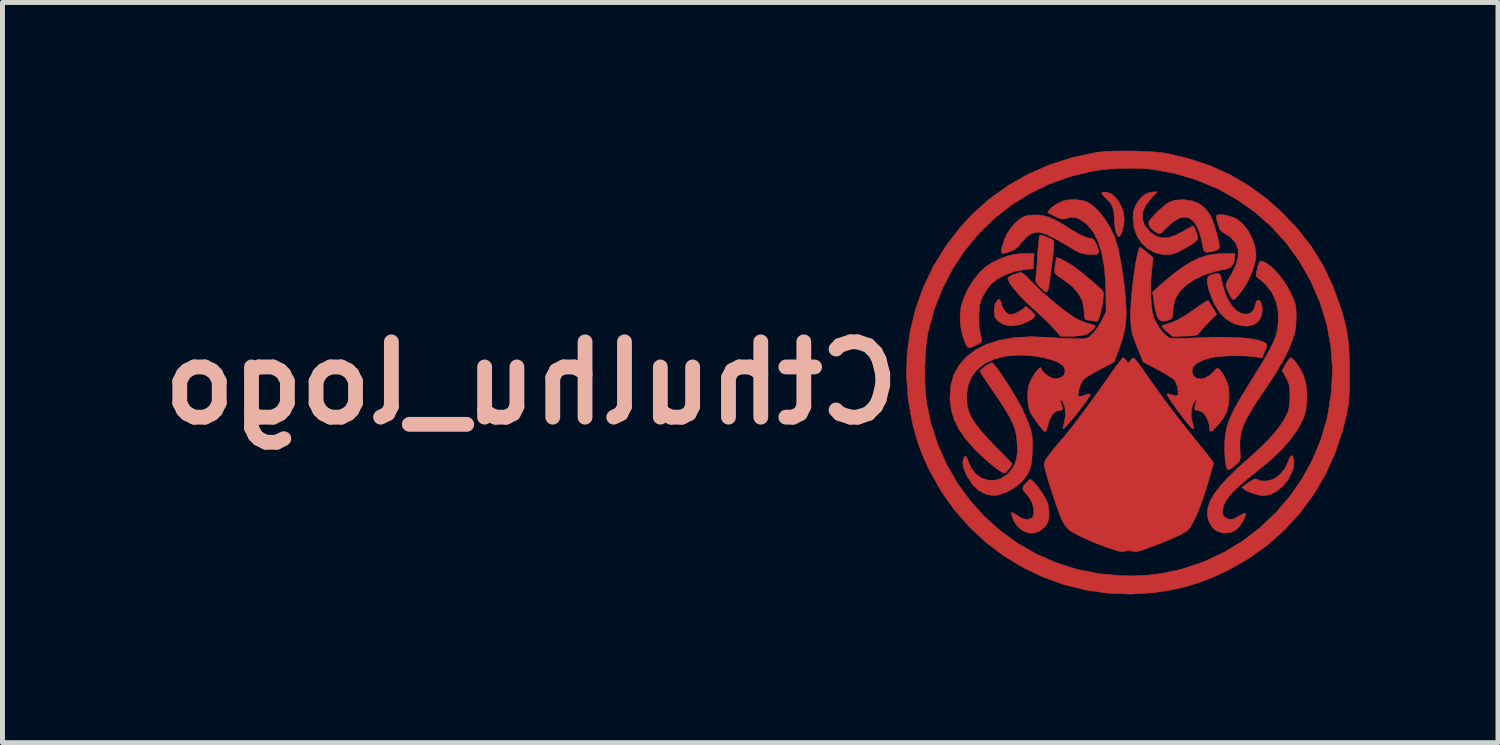
<source format=kicad_pcb>
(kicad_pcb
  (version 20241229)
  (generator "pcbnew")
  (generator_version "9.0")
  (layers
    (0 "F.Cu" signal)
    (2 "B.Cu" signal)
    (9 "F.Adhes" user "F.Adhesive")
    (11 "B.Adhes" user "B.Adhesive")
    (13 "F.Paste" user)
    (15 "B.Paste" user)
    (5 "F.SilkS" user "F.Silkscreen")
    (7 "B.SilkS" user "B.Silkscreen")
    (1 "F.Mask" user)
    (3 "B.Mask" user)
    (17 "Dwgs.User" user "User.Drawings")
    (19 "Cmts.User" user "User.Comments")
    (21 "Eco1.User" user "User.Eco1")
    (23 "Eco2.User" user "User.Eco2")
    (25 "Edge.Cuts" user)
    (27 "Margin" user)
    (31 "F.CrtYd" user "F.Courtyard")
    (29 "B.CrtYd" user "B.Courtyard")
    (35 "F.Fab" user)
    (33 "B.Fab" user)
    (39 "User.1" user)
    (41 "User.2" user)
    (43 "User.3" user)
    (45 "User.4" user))
  (footprint "Cthulhu_logo"
    (layer "F.Cu")
    (at 19.7 4.702)
    (property "Reference" "Cthulhu_logo" (at -12 0 0) (layer "B.SilkS") (effects (font (size 1.524 1.524) (thickness 0.3)) (justify mirror)))
    (attr exclude_from_pos_files exclude_from_bom)
    (fp_poly (pts (xy -0.085 -2.976) (xy -0.057 -3.029) (xy -0.032 -3.109) (xy -0.012 -3.202) (xy -0.002 -3.296) (xy -0.001 -3.327) (xy -0.023 -3.479) (xy -0.083 -3.626) (xy -0.173 -3.753) (xy -0.254 -3.825) (xy -0.313 -3.852) (xy -0.378 -3.866) (xy -0.432 -3.864) (xy -0.458 -3.846) (xy -0.458 -3.842) (xy -0.44 -3.811) (xy -0.396 -3.762) (xy -0.368 -3.736) (xy -0.287 -3.654) (xy -0.237 -3.568) (xy -0.21 -3.464) (xy -0.202 -3.329) (xy -0.195 -3.2) (xy -0.176 -3.089) (xy -0.149 -3.007) (xy -0.116 -2.963) (xy -0.11 -2.96) (xy -0.085 -2.976)) (stroke (width 0.01) (type solid)) (fill yes) (layer "F.Cu"))
    (fp_poly (pts (xy 2.958 2.254) (xy 3.087 2.187) (xy 3.206 2.086) (xy 3.309 1.959) (xy 3.387 1.815) (xy 3.425 1.698) (xy 3.435 1.609) (xy 3.428 1.532) (xy 3.406 1.48) (xy 3.38 1.466) (xy 3.359 1.488) (xy 3.332 1.544) (xy 3.315 1.59) (xy 3.247 1.732) (xy 3.15 1.851) (xy 3.035 1.935) (xy 2.982 1.958) (xy 2.868 1.982) (xy 2.762 1.978) (xy 2.68 1.947) (xy 2.673 1.943) (xy 2.637 1.94) (xy 2.573 1.972) (xy 2.511 2.014) (xy 2.38 2.11) (xy 2.437 2.156) (xy 2.507 2.197) (xy 2.608 2.235) (xy 2.717 2.264) (xy 2.814 2.278) (xy 2.829 2.278) (xy 2.958 2.254)) (stroke (width 0.01) (type solid)) (fill yes) (layer "F.Cu"))
    (fp_poly (pts (xy -2.151 -1.173) (xy -2.054 -1.202) (xy -1.959 -1.244) (xy -1.877 -1.289) (xy -1.822 -1.333) (xy -1.804 -1.365) (xy -1.823 -1.401) (xy -1.869 -1.452) (xy -1.897 -1.477) (xy -1.991 -1.554) (xy -2.062 -1.494) (xy -2.138 -1.444) (xy -2.222 -1.404) (xy -2.226 -1.403) (xy -2.293 -1.387) (xy -2.341 -1.395) (xy -2.385 -1.423) (xy -2.442 -1.49) (xy -2.478 -1.576) (xy -2.5 -1.656) (xy -2.521 -1.691) (xy -2.548 -1.687) (xy -2.581 -1.656) (xy -2.614 -1.599) (xy -2.628 -1.514) (xy -2.63 -1.463) (xy -2.626 -1.377) (xy -2.611 -1.322) (xy -2.575 -1.276) (xy -2.548 -1.251) (xy -2.435 -1.181) (xy -2.3 -1.156) (xy -2.151 -1.173)) (stroke (width 0.01) (type solid)) (fill yes) (layer "F.Cu"))
    (fp_poly (pts (xy 1.228 -0.951) (xy 1.343 -0.956) (xy 1.419 -0.962) (xy 1.467 -0.973) (xy 1.498 -0.992) (xy 1.523 -1.023) (xy 1.533 -1.036) (xy 1.577 -1.091) (xy 1.645 -1.166) (xy 1.721 -1.245) (xy 1.728 -1.252) (xy 1.871 -1.391) (xy 1.79 -1.525) (xy 1.745 -1.598) (xy 1.71 -1.651) (xy 1.696 -1.672) (xy 1.671 -1.663) (xy 1.615 -1.629) (xy 1.534 -1.575) (xy 1.437 -1.507) (xy 1.432 -1.503) (xy 1.236 -1.371) (xy 1.069 -1.275) (xy 0.925 -1.212) (xy 0.844 -1.189) (xy 0.788 -1.172) (xy 0.761 -1.152) (xy 0.761 -1.15) (xy 0.779 -1.123) (xy 0.825 -1.076) (xy 0.869 -1.036) (xy 0.977 -0.943) (xy 1.228 -0.951)) (stroke (width 0.01) (type solid)) (fill yes) (layer "F.Cu"))
    (fp_poly (pts (xy -1.561 -1.847) (xy -1.544 -1.881) (xy -1.54 -1.893) (xy -1.529 -1.946) (xy -1.514 -2.039) (xy -1.497 -2.159) (xy -1.479 -2.295) (xy -1.461 -2.435) (xy -1.445 -2.569) (xy -1.432 -2.684) (xy -1.425 -2.77) (xy -1.423 -2.805) (xy -1.424 -2.847) (xy -1.431 -2.877) (xy -1.453 -2.901) (xy -1.499 -2.926) (xy -1.576 -2.959) (xy -1.668 -2.996) (xy -1.706 -2.99) (xy -1.714 -2.981) (xy -1.721 -2.948) (xy -1.73 -2.873) (xy -1.74 -2.767) (xy -1.75 -2.64) (xy -1.754 -2.58) (xy -1.764 -2.439) (xy -1.773 -2.311) (xy -1.782 -2.205) (xy -1.788 -2.135) (xy -1.79 -2.12) (xy -1.791 -2.066) (xy -1.772 -2.018) (xy -1.725 -1.962) (xy -1.698 -1.936) (xy -1.629 -1.872) (xy -1.586 -1.843) (xy -1.561 -1.847)) (stroke (width 0.01) (type solid)) (fill yes) (layer "F.Cu"))
    (fp_poly (pts (xy 0.84 -1.258) (xy 0.904 -1.278) (xy 0.945 -1.296) (xy 0.968 -1.323) (xy 0.98 -1.373) (xy 0.985 -1.457) (xy 0.998 -1.563) (xy 1.021 -1.666) (xy 1.039 -1.717) (xy 1.127 -1.859) (xy 1.259 -1.989) (xy 1.43 -2.102) (xy 1.634 -2.196) (xy 1.865 -2.268) (xy 2.063 -2.307) (xy 2.151 -2.343) (xy 2.209 -2.417) (xy 2.234 -2.524) (xy 2.234 -2.546) (xy 2.234 -2.623) (xy 2.025 -2.622) (xy 1.903 -2.616) (xy 1.781 -2.603) (xy 1.682 -2.585) (xy 1.675 -2.583) (xy 1.522 -2.534) (xy 1.371 -2.464) (xy 1.214 -2.371) (xy 1.044 -2.249) (xy 0.855 -2.094) (xy 0.712 -1.968) (xy 0.573 -1.843) (xy 0.6 -1.643) (xy 0.619 -1.532) (xy 0.642 -1.428) (xy 0.665 -1.352) (xy 0.667 -1.347) (xy 0.707 -1.281) (xy 0.761 -1.252) (xy 0.84 -1.258)) (stroke (width 0.01) (type solid)) (fill yes) (layer "F.Cu"))
    (fp_poly (pts (xy 2.598 -1.175) (xy 2.627 -1.186) (xy 2.715 -1.249) (xy 2.772 -1.348) (xy 2.793 -1.475) (xy 2.793 -1.481) (xy 2.784 -1.575) (xy 2.761 -1.643) (xy 2.729 -1.679) (xy 2.696 -1.678) (xy 2.667 -1.637) (xy 2.654 -1.588) (xy 2.617 -1.48) (xy 2.553 -1.415) (xy 2.464 -1.393) (xy 2.378 -1.406) (xy 2.281 -1.457) (xy 2.188 -1.551) (xy 2.104 -1.68) (xy 2.035 -1.835) (xy 1.985 -2.009) (xy 1.977 -2.047) (xy 1.959 -2.137) (xy 1.943 -2.188) (xy 1.921 -2.21) (xy 1.889 -2.215) (xy 1.881 -2.215) (xy 1.806 -2.204) (xy 1.745 -2.187) (xy 1.699 -2.157) (xy 1.678 -2.105) (xy 1.68 -2.024) (xy 1.707 -1.907) (xy 1.727 -1.838) (xy 1.815 -1.615) (xy 1.924 -1.435) (xy 2.054 -1.3) (xy 2.203 -1.211) (xy 2.262 -1.19) (xy 2.394 -1.158) (xy 2.501 -1.153) (xy 2.598 -1.175)) (stroke (width 0.01) (type solid)) (fill yes) (layer "F.Cu"))
    (fp_poly (pts (xy -1.703 2.988) (xy -1.61 2.91) (xy -1.564 2.845) (xy -1.537 2.787) (xy -1.522 2.693) (xy -1.524 2.578) (xy -1.54 2.468) (xy -1.555 2.419) (xy -1.596 2.333) (xy -1.653 2.237) (xy -1.718 2.141) (xy -1.785 2.055) (xy -1.845 1.988) (xy -1.891 1.952) (xy -1.905 1.949) (xy -1.932 1.965) (xy -1.977 2.007) (xy -1.99 2.02) (xy -2.045 2.094) (xy -2.053 2.154) (xy -2.016 2.206) (xy -1.978 2.247) (xy -1.928 2.313) (xy -1.902 2.354) (xy -1.854 2.451) (xy -1.83 2.552) (xy -1.829 2.643) (xy -1.852 2.711) (xy -1.879 2.735) (xy -1.967 2.76) (xy -2.061 2.74) (xy -2.158 2.683) (xy -2.221 2.642) (xy -2.266 2.619) (xy -2.279 2.618) (xy -2.282 2.653) (xy -2.264 2.715) (xy -2.232 2.788) (xy -2.191 2.859) (xy -2.167 2.89) (xy -2.06 2.985) (xy -1.942 3.033) (xy -1.821 3.034) (xy -1.703 2.988)) (stroke (width 0.01) (type solid)) (fill yes) (layer "F.Cu"))
    (fp_poly (pts (xy -0.499 -1.357) (xy -0.474 -1.441) (xy -0.451 -1.543) (xy -0.434 -1.65) (xy -0.423 -1.747) (xy -0.421 -1.82) (xy -0.428 -1.851) (xy -0.46 -1.889) (xy -0.523 -1.95) (xy -0.61 -2.027) (xy -0.711 -2.113) (xy -0.817 -2.201) (xy -0.92 -2.283) (xy -1.01 -2.351) (xy -1.08 -2.4) (xy -1.086 -2.403) (xy -1.178 -2.456) (xy -1.263 -2.5) (xy -1.329 -2.53) (xy -1.367 -2.541) (xy -1.373 -2.537) (xy -1.377 -2.51) (xy -1.388 -2.448) (xy -1.397 -2.398) (xy -1.409 -2.317) (xy -1.411 -2.253) (xy -1.408 -2.232) (xy -1.381 -2.202) (xy -1.323 -2.154) (xy -1.245 -2.1) (xy -1.234 -2.092) (xy -1.058 -1.96) (xy -0.932 -1.819) (xy -0.852 -1.668) (xy -0.816 -1.502) (xy -0.814 -1.45) (xy -0.81 -1.369) (xy -0.8 -1.31) (xy -0.79 -1.291) (xy -0.753 -1.279) (xy -0.685 -1.266) (xy -0.654 -1.261) (xy -0.541 -1.246) (xy -0.499 -1.357)) (stroke (width 0.01) (type solid)) (fill yes) (layer "F.Cu"))
    (fp_poly (pts (xy -0.954 -0.952) (xy -0.848 -0.964) (xy -0.778 -0.982) (xy -0.712 -1.019) (xy -0.648 -1.069) (xy -0.601 -1.118) (xy -0.585 -1.152) (xy -0.607 -1.168) (xy -0.664 -1.188) (xy -0.703 -1.199) (xy -0.799 -1.23) (xy -0.904 -1.272) (xy -0.939 -1.289) (xy -1.039 -1.348) (xy -1.164 -1.435) (xy -1.306 -1.543) (xy -1.455 -1.664) (xy -1.601 -1.789) (xy -1.735 -1.911) (xy -1.841 -2.018) (xy -1.925 -2.104) (xy -2 -2.175) (xy -2.056 -2.223) (xy -2.087 -2.24) (xy -2.087 -2.24) (xy -2.131 -2.231) (xy -2.201 -2.21) (xy -2.232 -2.199) (xy -2.301 -2.169) (xy -2.347 -2.137) (xy -2.355 -2.126) (xy -2.348 -2.08) (xy -2.307 -2.006) (xy -2.237 -1.912) (xy -2.142 -1.801) (xy -2.028 -1.68) (xy -1.898 -1.555) (xy -1.831 -1.495) (xy -1.716 -1.39) (xy -1.604 -1.284) (xy -1.505 -1.188) (xy -1.43 -1.11) (xy -1.409 -1.086) (xy -1.29 -0.947) (xy -1.077 -0.947) (xy -0.954 -0.952)) (stroke (width 0.01) (type solid)) (fill yes) (layer "F.Cu"))
    (fp_poly (pts (xy 1.769 -2.658) (xy 1.852 -2.682) (xy 1.91 -2.715) (xy 1.929 -2.748) (xy 1.921 -2.816) (xy 1.899 -2.918) (xy 1.868 -3.037) (xy 1.831 -3.161) (xy 1.793 -3.275) (xy 1.758 -3.363) (xy 1.741 -3.397) (xy 1.633 -3.541) (xy 1.503 -3.639) (xy 1.371 -3.688) (xy 1.187 -3.713) (xy 1.031 -3.702) (xy 0.922 -3.666) (xy 0.856 -3.626) (xy 0.774 -3.561) (xy 0.686 -3.482) (xy 0.603 -3.398) (xy 0.536 -3.322) (xy 0.497 -3.263) (xy 0.493 -3.253) (xy 0.499 -3.197) (xy 0.543 -3.132) (xy 0.614 -3.07) (xy 0.662 -3.042) (xy 0.697 -3.026) (xy 0.728 -3.028) (xy 0.764 -3.052) (xy 0.818 -3.104) (xy 0.859 -3.147) (xy 0.991 -3.267) (xy 1.114 -3.338) (xy 1.227 -3.359) (xy 1.328 -3.332) (xy 1.416 -3.258) (xy 1.489 -3.136) (xy 1.547 -2.967) (xy 1.576 -2.833) (xy 1.593 -2.738) (xy 1.609 -2.683) (xy 1.629 -2.657) (xy 1.658 -2.649) (xy 1.673 -2.649) (xy 1.769 -2.658)) (stroke (width 0.01) (type solid)) (fill yes) (layer "F.Cu"))
    (fp_poly (pts (xy 2.239 -1.704) (xy 2.292 -1.759) (xy 2.358 -1.842) (xy 2.43 -1.943) (xy 2.455 -1.982) (xy 2.53 -2.117) (xy 2.593 -2.268) (xy 2.64 -2.416) (xy 2.664 -2.547) (xy 2.666 -2.587) (xy 2.646 -2.751) (xy 2.592 -2.918) (xy 2.51 -3.076) (xy 2.407 -3.212) (xy 2.291 -3.312) (xy 2.274 -3.322) (xy 2.195 -3.359) (xy 2.101 -3.387) (xy 2.008 -3.405) (xy 1.929 -3.41) (xy 1.878 -3.399) (xy 1.869 -3.391) (xy 1.862 -3.345) (xy 1.865 -3.33) (xy 1.878 -3.286) (xy 1.897 -3.215) (xy 1.904 -3.189) (xy 1.936 -3.106) (xy 1.987 -3.054) (xy 2.013 -3.04) (xy 2.157 -2.947) (xy 2.253 -2.836) (xy 2.303 -2.707) (xy 2.305 -2.559) (xy 2.261 -2.393) (xy 2.169 -2.208) (xy 2.136 -2.155) (xy 2.093 -2.078) (xy 2.064 -2.013) (xy 2.056 -1.982) (xy 2.067 -1.936) (xy 2.094 -1.868) (xy 2.129 -1.794) (xy 2.165 -1.73) (xy 2.195 -1.69) (xy 2.205 -1.684) (xy 2.239 -1.704)) (stroke (width 0.01) (type solid)) (fill yes) (layer "F.Cu"))
    (fp_poly (pts (xy -3.098 -0.722) (xy -3.03 -0.753) (xy -3.023 -0.757) (xy -2.952 -0.795) (xy -2.902 -0.826) (xy -2.888 -0.839) (xy -2.887 -0.873) (xy -2.898 -0.939) (xy -2.913 -0.998) (xy -2.938 -1.151) (xy -2.942 -1.35) (xy -2.941 -1.379) (xy -2.934 -1.502) (xy -2.922 -1.593) (xy -2.901 -1.668) (xy -2.866 -1.747) (xy -2.853 -1.774) (xy -2.797 -1.869) (xy -2.735 -1.958) (xy -2.689 -2.011) (xy -2.561 -2.11) (xy -2.398 -2.195) (xy -2.216 -2.259) (xy -2.029 -2.297) (xy -1.982 -2.301) (xy -1.842 -2.312) (xy -1.827 -2.623) (xy -2.025 -2.622) (xy -2.204 -2.61) (xy -2.364 -2.571) (xy -2.389 -2.563) (xy -2.556 -2.497) (xy -2.689 -2.431) (xy -2.8 -2.355) (xy -2.906 -2.26) (xy -2.926 -2.241) (xy -3.044 -2.097) (xy -3.152 -1.925) (xy -3.24 -1.741) (xy -3.298 -1.564) (xy -3.304 -1.539) (xy -3.323 -1.362) (xy -3.314 -1.169) (xy -3.28 -0.984) (xy -3.251 -0.896) (xy -3.211 -0.796) (xy -3.178 -0.738) (xy -3.144 -0.715) (xy -3.098 -0.722)) (stroke (width 0.01) (type solid)) (fill yes) (layer "F.Cu"))
    (fp_poly (pts (xy 0.94 -2.606) (xy 1.012 -2.623) (xy 1.077 -2.648) (xy 1.165 -2.693) (xy 1.263 -2.747) (xy 1.356 -2.804) (xy 1.431 -2.855) (xy 1.474 -2.892) (xy 1.488 -2.926) (xy 1.48 -2.982) (xy 1.457 -3.055) (xy 1.428 -3.126) (xy 1.403 -3.172) (xy 1.392 -3.182) (xy 1.362 -3.17) (xy 1.301 -3.137) (xy 1.221 -3.09) (xy 1.205 -3.08) (xy 1.034 -2.99) (xy 0.885 -2.943) (xy 0.753 -2.939) (xy 0.633 -2.979) (xy 0.52 -3.062) (xy 0.504 -3.078) (xy 0.409 -3.2) (xy 0.365 -3.326) (xy 0.372 -3.457) (xy 0.429 -3.592) (xy 0.537 -3.731) (xy 0.538 -3.732) (xy 0.667 -3.868) (xy 0.578 -3.868) (xy 0.493 -3.852) (xy 0.407 -3.813) (xy 0.403 -3.81) (xy 0.34 -3.753) (xy 0.277 -3.673) (xy 0.247 -3.626) (xy 0.207 -3.541) (xy 0.186 -3.459) (xy 0.178 -3.357) (xy 0.178 -3.322) (xy 0.199 -3.138) (xy 0.259 -2.973) (xy 0.352 -2.832) (xy 0.473 -2.72) (xy 0.615 -2.641) (xy 0.773 -2.602) (xy 0.94 -2.606)) (stroke (width 0.01) (type solid)) (fill yes) (layer "F.Cu"))
    (fp_poly (pts (xy -0.541 -2.613) (xy -0.517 -2.648) (xy -0.527 -2.712) (xy -0.561 -2.799) (xy -0.6 -2.878) (xy -0.635 -2.917) (xy -0.674 -2.928) (xy -0.768 -2.947) (xy -0.895 -3.002) (xy -1.054 -3.094) (xy -1.1 -3.123) (xy -1.269 -3.229) (xy -1.408 -3.306) (xy -1.526 -3.358) (xy -1.632 -3.389) (xy -1.736 -3.402) (xy -1.753 -3.403) (xy -1.856 -3.401) (xy -1.952 -3.391) (xy -2.008 -3.379) (xy -2.105 -3.327) (xy -2.207 -3.24) (xy -2.302 -3.131) (xy -2.379 -3.012) (xy -2.412 -2.94) (xy -2.445 -2.845) (xy -2.472 -2.756) (xy -2.483 -2.706) (xy -2.487 -2.654) (xy -2.473 -2.629) (xy -2.431 -2.627) (xy -2.355 -2.647) (xy -2.302 -2.665) (xy -2.213 -2.706) (xy -2.141 -2.767) (xy -2.092 -2.829) (xy -1.983 -2.952) (xy -1.869 -3.028) (xy -1.751 -3.055) (xy -1.747 -3.055) (xy -1.665 -3.04) (xy -1.548 -2.995) (xy -1.401 -2.923) (xy -1.228 -2.826) (xy -1.087 -2.74) (xy -0.986 -2.679) (xy -0.908 -2.64) (xy -0.836 -2.619) (xy -0.753 -2.607) (xy -0.713 -2.604) (xy -0.605 -2.6) (xy -0.541 -2.613)) (stroke (width 0.01) (type solid)) (fill yes) (layer "F.Cu"))
    (fp_poly (pts (xy -2.574 2.267) (xy -2.397 2.214) (xy -2.23 2.124) (xy -2.085 2.007) (xy -1.973 1.87) (xy -1.929 1.788) (xy -1.9 1.712) (xy -1.881 1.629) (xy -1.868 1.525) (xy -1.861 1.385) (xy -1.86 1.37) (xy -1.857 1.235) (xy -1.859 1.134) (xy -1.869 1.049) (xy -1.889 0.963) (xy -1.915 0.875) (xy -1.956 0.764) (xy -2.014 0.629) (xy -2.081 0.49) (xy -2.131 0.396) (xy -2.212 0.255) (xy -2.299 0.112) (xy -2.386 -0.026) (xy -2.47 -0.153) (xy -2.546 -0.262) (xy -2.609 -0.346) (xy -2.655 -0.399) (xy -2.677 -0.414) (xy -2.716 -0.399) (xy -2.778 -0.364) (xy -2.817 -0.337) (xy -2.876 -0.29) (xy -2.914 -0.254) (xy -2.922 -0.242) (xy -2.908 -0.215) (xy -2.87 -0.155) (xy -2.814 -0.07) (xy -2.746 0.032) (xy -2.729 0.056) (xy -2.587 0.264) (xy -2.472 0.437) (xy -2.381 0.582) (xy -2.311 0.704) (xy -2.259 0.81) (xy -2.222 0.907) (xy -2.196 1) (xy -2.18 1.095) (xy -2.169 1.198) (xy -2.162 1.379) (xy -2.178 1.524) (xy -2.219 1.647) (xy -2.265 1.731) (xy -2.372 1.853) (xy -2.496 1.932) (xy -2.629 1.968) (xy -2.764 1.964) (xy -2.892 1.919) (xy -3.007 1.834) (xy -3.1 1.712) (xy -3.142 1.62) (xy -3.178 1.53) (xy -3.205 1.486) (xy -3.227 1.484) (xy -3.249 1.521) (xy -3.252 1.53) (xy -3.268 1.61) (xy -3.256 1.702) (xy -3.213 1.817) (xy -3.169 1.906) (xy -3.068 2.056) (xy -2.947 2.17) (xy -2.812 2.244) (xy -2.669 2.274) (xy -2.574 2.267)) (stroke (width 0.01) (type solid)) (fill yes) (layer "F.Cu"))
    (fp_poly (pts (xy 2.132 1.744) (xy 2.156 1.73) (xy 2.222 1.682) (xy 2.288 1.626) (xy 2.321 1.592) (xy 2.34 1.559) (xy 2.348 1.511) (xy 2.347 1.436) (xy 2.342 1.356) (xy 2.339 1.224) (xy 2.347 1.103) (xy 2.369 0.985) (xy 2.409 0.863) (xy 2.469 0.731) (xy 2.552 0.581) (xy 2.66 0.408) (xy 2.797 0.204) (xy 2.838 0.145) (xy 3.04 -0.16) (xy 3.203 -0.436) (xy 3.328 -0.683) (xy 3.414 -0.901) (xy 3.449 -1.019) (xy 3.469 -1.129) (xy 3.478 -1.254) (xy 3.479 -1.342) (xy 3.478 -1.456) (xy 3.472 -1.539) (xy 3.457 -1.611) (xy 3.43 -1.687) (xy 3.386 -1.785) (xy 3.366 -1.828) (xy 3.286 -1.974) (xy 3.192 -2.113) (xy 3.089 -2.24) (xy 2.985 -2.345) (xy 2.885 -2.422) (xy 2.798 -2.465) (xy 2.76 -2.471) (xy 2.732 -2.446) (xy 2.705 -2.373) (xy 2.691 -2.318) (xy 2.676 -2.237) (xy 2.668 -2.179) (xy 2.669 -2.158) (xy 2.849 -2.01) (xy 2.983 -1.84) (xy 3.071 -1.649) (xy 3.115 -1.434) (xy 3.116 -1.24) (xy 3.108 -1.15) (xy 3.096 -1.066) (xy 3.075 -0.983) (xy 3.045 -0.894) (xy 3.003 -0.796) (xy 2.945 -0.682) (xy 2.871 -0.547) (xy 2.776 -0.387) (xy 2.658 -0.195) (xy 2.516 0.033) (xy 2.497 0.064) (xy 2.362 0.283) (xy 2.255 0.469) (xy 2.173 0.631) (xy 2.113 0.775) (xy 2.072 0.911) (xy 2.046 1.044) (xy 2.034 1.185) (xy 2.031 1.303) (xy 2.034 1.427) (xy 2.041 1.543) (xy 2.052 1.634) (xy 2.061 1.673) (xy 2.081 1.735) (xy 2.1 1.756) (xy 2.132 1.744)) (stroke (width 0.01) (type solid)) (fill yes) (layer "F.Cu"))
    (fp_poly (pts (xy 2.146 3.026) (xy 2.261 2.969) (xy 2.336 2.895) (xy 2.373 2.839) (xy 2.413 2.767) (xy 2.446 2.698) (xy 2.462 2.65) (xy 2.463 2.644) (xy 2.444 2.632) (xy 2.397 2.646) (xy 2.335 2.681) (xy 2.31 2.698) (xy 2.21 2.75) (xy 2.117 2.756) (xy 2.037 2.716) (xy 2.028 2.708) (xy 1.993 2.66) (xy 1.985 2.602) (xy 1.991 2.554) (xy 2.014 2.467) (xy 2.059 2.377) (xy 2.129 2.28) (xy 2.227 2.173) (xy 2.359 2.051) (xy 2.527 1.911) (xy 2.688 1.782) (xy 2.961 1.557) (xy 3.188 1.341) (xy 3.372 1.131) (xy 3.516 0.923) (xy 3.623 0.714) (xy 3.636 0.684) (xy 3.674 0.545) (xy 3.693 0.377) (xy 3.695 0.198) (xy 3.677 0.027) (xy 3.641 -0.118) (xy 3.635 -0.134) (xy 3.592 -0.227) (xy 3.538 -0.322) (xy 3.48 -0.408) (xy 3.426 -0.475) (xy 3.383 -0.512) (xy 3.371 -0.515) (xy 3.342 -0.495) (xy 3.301 -0.441) (xy 3.267 -0.386) (xy 3.194 -0.257) (xy 3.273 -0.11) (xy 3.313 -0.029) (xy 3.337 0.04) (xy 3.348 0.117) (xy 3.352 0.22) (xy 3.352 0.254) (xy 3.347 0.38) (xy 3.334 0.494) (xy 3.315 0.575) (xy 3.236 0.739) (xy 3.112 0.921) (xy 2.941 1.12) (xy 2.724 1.336) (xy 2.531 1.509) (xy 2.29 1.724) (xy 2.092 1.917) (xy 1.935 2.091) (xy 1.816 2.248) (xy 1.735 2.392) (xy 1.69 2.524) (xy 1.679 2.647) (xy 1.701 2.765) (xy 1.721 2.819) (xy 1.789 2.93) (xy 1.88 2.999) (xy 2.004 3.033) (xy 2.015 3.034) (xy 2.146 3.026)) (stroke (width 0.01) (type solid)) (fill yes) (layer "F.Cu"))
    (fp_poly (pts (xy -0.011 3.409) (xy 0.016 3.399) (xy 0.086 3.383) (xy 0.161 3.398) (xy 0.2 3.409) (xy 0.243 3.409) (xy 0.301 3.398) (xy 0.383 3.373) (xy 0.5 3.331) (xy 0.532 3.32) (xy 0.739 3.24) (xy 0.925 3.164) (xy 1.082 3.093) (xy 1.202 3.031) (xy 1.269 2.99) (xy 1.326 2.928) (xy 1.391 2.821) (xy 1.462 2.672) (xy 1.538 2.486) (xy 1.615 2.266) (xy 1.694 2.018) (xy 1.739 1.864) (xy 1.809 1.615) (xy 1.75 1.534) (xy 1.714 1.487) (xy 1.653 1.41) (xy 1.574 1.31) (xy 1.482 1.198) (xy 1.422 1.123) (xy 1.099 0.717) (xy 0.795 0.316) (xy 0.52 -0.068) (xy 0.483 -0.121) (xy 0.405 -0.234) (xy 0.333 -0.336) (xy 0.274 -0.416) (xy 0.234 -0.466) (xy 0.227 -0.475) (xy 0.192 -0.506) (xy 0.166 -0.504) (xy 0.13 -0.464) (xy 0.129 -0.462) (xy 0.078 -0.401) (xy 0.037 -0.458) (xy 0 -0.5) (xy -0.025 -0.515) (xy -0.046 -0.495) (xy -0.09 -0.44) (xy -0.154 -0.355) (xy -0.231 -0.248) (xy -0.318 -0.125) (xy -0.325 -0.115) (xy -0.496 0.127) (xy -0.663 0.361) (xy -0.824 0.579) (xy -0.971 0.774) (xy -1.101 0.94) (xy -1.197 1.058) (xy -1.327 1.212) (xy -1.428 1.333) (xy -1.503 1.426) (xy -1.556 1.497) (xy -1.591 1.549) (xy -1.611 1.59) (xy -1.619 1.624) (xy -1.619 1.656) (xy -1.616 1.683) (xy -1.603 1.746) (xy -1.576 1.847) (xy -1.537 1.976) (xy -1.492 2.122) (xy -1.441 2.276) (xy -1.39 2.428) (xy -1.341 2.567) (xy -1.297 2.684) (xy -1.264 2.764) (xy -1.206 2.868) (xy -1.138 2.952) (xy -1.113 2.973) (xy -1.025 3.03) (xy -0.899 3.096) (xy -0.744 3.169) (xy -0.57 3.242) (xy -0.388 3.311) (xy -0.317 3.337) (xy -0.195 3.377) (xy -0.11 3.402) (xy -0.052 3.411) (xy -0.011 3.409)) (stroke (width 0.01) (type solid)) (fill yes) (layer "F.Cu"))
    (fp_poly (pts (xy 1.794 0.951) (xy 1.859 0.887) (xy 1.883 0.863) (xy 1.996 0.725) (xy 2.069 0.59) (xy 2.108 0.444) (xy 2.119 0.272) (xy 2.116 0.153) (xy 2.106 0.065) (xy 2.083 -0.011) (xy 2.05 -0.086) (xy 2.004 -0.17) (xy 1.958 -0.24) (xy 1.931 -0.273) (xy 1.897 -0.299) (xy 1.87 -0.297) (xy 1.834 -0.262) (xy 1.813 -0.238) (xy 1.723 -0.153) (xy 1.628 -0.102) (xy 1.537 -0.084) (xy 1.459 -0.099) (xy 1.401 -0.146) (xy 1.372 -0.226) (xy 1.371 -0.256) (xy 1.396 -0.334) (xy 1.47 -0.403) (xy 1.594 -0.465) (xy 1.726 -0.507) (xy 1.84 -0.529) (xy 1.989 -0.544) (xy 2.158 -0.552) (xy 2.334 -0.553) (xy 2.5 -0.547) (xy 2.642 -0.532) (xy 2.643 -0.532) (xy 2.785 -0.51) (xy 2.824 -0.595) (xy 2.866 -0.691) (xy 2.883 -0.753) (xy 2.877 -0.792) (xy 2.85 -0.817) (xy 2.846 -0.819) (xy 2.728 -0.864) (xy 2.562 -0.897) (xy 2.348 -0.919) (xy 2.086 -0.929) (xy 1.776 -0.928) (xy 1.416 -0.915) (xy 1.371 -0.913) (xy 1.215 -0.906) (xy 1.101 -0.902) (xy 1.02 -0.902) (xy 0.964 -0.906) (xy 0.924 -0.916) (xy 0.891 -0.931) (xy 0.872 -0.943) (xy 0.789 -1.016) (xy 0.705 -1.124) (xy 0.63 -1.254) (xy 0.596 -1.328) (xy 0.57 -1.423) (xy 0.551 -1.558) (xy 0.539 -1.719) (xy 0.535 -1.896) (xy 0.539 -2.078) (xy 0.552 -2.252) (xy 0.556 -2.284) (xy 0.585 -2.534) (xy 0.464 -2.641) (xy 0.396 -2.697) (xy 0.342 -2.736) (xy 0.315 -2.749) (xy 0.3 -2.726) (xy 0.281 -2.661) (xy 0.258 -2.563) (xy 0.234 -2.441) (xy 0.229 -2.414) (xy 0.19 -2.159) (xy 0.16 -1.909) (xy 0.139 -1.672) (xy 0.129 -1.455) (xy 0.129 -1.265) (xy 0.14 -1.11) (xy 0.162 -0.998) (xy 0.187 -0.922) (xy 0.226 -0.818) (xy 0.27 -0.702) (xy 0.289 -0.655) (xy 0.382 -0.426) (xy 0.678 -0.272) (xy 0.794 -0.209) (xy 0.896 -0.147) (xy 0.975 -0.094) (xy 1.02 -0.056) (xy 1.023 -0.053) (xy 1.052 0.005) (xy 1.075 0.082) (xy 1.088 0.16) (xy 1.088 0.223) (xy 1.075 0.254) (xy 1.039 0.255) (xy 0.977 0.241) (xy 0.958 0.235) (xy 0.892 0.218) (xy 0.863 0.224) (xy 0.863 0.228) (xy 0.877 0.258) (xy 0.916 0.32) (xy 0.973 0.405) (xy 1.042 0.503) (xy 1.117 0.605) (xy 1.191 0.704) (xy 1.257 0.789) (xy 1.303 0.844) (xy 1.354 0.898) (xy 1.392 0.929) (xy 1.405 0.932) (xy 1.406 0.902) (xy 1.392 0.841) (xy 1.38 0.805) (xy 1.356 0.689) (xy 1.357 0.567) (xy 1.379 0.455) (xy 1.423 0.371) (xy 1.425 0.368) (xy 1.459 0.332) (xy 1.467 0.334) (xy 1.458 0.361) (xy 1.439 0.426) (xy 1.428 0.482) (xy 1.425 0.532) (xy 1.451 0.55) (xy 1.483 0.552) (xy 1.56 0.575) (xy 1.63 0.639) (xy 1.685 0.733) (xy 1.719 0.845) (xy 1.726 0.926) (xy 1.732 0.969) (xy 1.753 0.978) (xy 1.794 0.951)) (stroke (width 0.01) (type solid)) (fill yes) (layer "F.Cu"))
    (fp_poly (pts (xy 0.6 4.241) (xy 0.974 4.181) (xy 1.262 4.114) (xy 1.533 4.03) (xy 1.806 3.923) (xy 2.095 3.788) (xy 2.508 3.555) (xy 2.89 3.283) (xy 3.239 2.974) (xy 3.552 2.632) (xy 3.828 2.258) (xy 4.066 1.857) (xy 4.261 1.429) (xy 4.414 0.978) (xy 4.499 0.626) (xy 4.52 0.518) (xy 4.535 0.418) (xy 4.545 0.316) (xy 4.552 0.201) (xy 4.556 0.062) (xy 4.557 -0.112) (xy 4.557 -0.21) (xy 4.555 -0.458) (xy 4.547 -0.667) (xy 4.532 -0.85) (xy 4.508 -1.018) (xy 4.474 -1.185) (xy 4.428 -1.362) (xy 4.377 -1.53) (xy 4.217 -1.972) (xy 4.022 -2.381) (xy 3.788 -2.76) (xy 3.512 -3.116) (xy 3.196 -3.449) (xy 2.854 -3.752) (xy 2.498 -4.009) (xy 2.125 -4.225) (xy 1.727 -4.403) (xy 1.3 -4.544) (xy 0.875 -4.645) (xy 0.748 -4.664) (xy 0.582 -4.679) (xy 0.39 -4.69) (xy 0.184 -4.696) (xy -0.024 -4.697) (xy -0.222 -4.694) (xy -0.397 -4.686) (xy -0.537 -4.672) (xy -0.565 -4.668) (xy -1.047 -4.566) (xy -1.506 -4.42) (xy -1.94 -4.23) (xy -2.348 -3.999) (xy -2.727 -3.728) (xy -3.075 -3.417) (xy -3.317 -3.155) (xy -3.61 -2.774) (xy -3.859 -2.371) (xy -4.062 -1.949) (xy -4.219 -1.512) (xy -4.33 -1.063) (xy -4.393 -0.604) (xy -4.403 -0.276) (xy -4.037 -0.276) (xy -4.028 -0.537) (xy -4.008 -0.783) (xy -3.977 -0.998) (xy -3.966 -1.049) (xy -3.844 -1.494) (xy -3.678 -1.917) (xy -3.472 -2.314) (xy -3.227 -2.684) (xy -2.947 -3.022) (xy -2.634 -3.328) (xy -2.29 -3.599) (xy -1.918 -3.833) (xy -1.521 -4.027) (xy -1.101 -4.178) (xy -0.66 -4.285) (xy -0.498 -4.311) (xy -0.324 -4.33) (xy -0.121 -4.342) (xy 0.093 -4.347) (xy 0.302 -4.344) (xy 0.488 -4.334) (xy 0.575 -4.324) (xy 1.031 -4.24) (xy 1.468 -4.109) (xy 1.883 -3.936) (xy 2.274 -3.72) (xy 2.637 -3.465) (xy 2.97 -3.172) (xy 3.27 -2.843) (xy 3.535 -2.48) (xy 3.762 -2.085) (xy 3.785 -2.039) (xy 3.967 -1.612) (xy 4.099 -1.177) (xy 4.181 -0.735) (xy 4.212 -0.288) (xy 4.193 0.163) (xy 4.123 0.618) (xy 4.099 0.729) (xy 3.974 1.154) (xy 3.804 1.56) (xy 3.592 1.944) (xy 3.342 2.302) (xy 3.056 2.633) (xy 2.738 2.932) (xy 2.392 3.197) (xy 2.019 3.423) (xy 1.624 3.609) (xy 1.209 3.751) (xy 1.057 3.79) (xy 0.759 3.851) (xy 0.474 3.887) (xy 0.182 3.901) (xy -0.088 3.896) (xy -0.538 3.854) (xy -0.974 3.764) (xy -1.391 3.63) (xy -1.789 3.454) (xy -2.163 3.238) (xy -2.512 2.985) (xy -2.832 2.697) (xy -3.121 2.376) (xy -3.377 2.026) (xy -3.595 1.647) (xy -3.774 1.243) (xy -3.912 0.817) (xy -3.991 0.448) (xy -4.019 0.231) (xy -4.034 -0.015) (xy -4.037 -0.276) (xy -4.403 -0.276) (xy -4.407 -0.139) (xy -4.373 0.329) (xy -4.289 0.796) (xy -4.277 0.844) (xy -4.211 1.093) (xy -4.139 1.312) (xy -4.054 1.526) (xy -3.948 1.754) (xy -3.935 1.779) (xy -3.704 2.19) (xy -3.435 2.569) (xy -3.132 2.914) (xy -2.798 3.224) (xy -2.436 3.497) (xy -2.05 3.731) (xy -1.643 3.926) (xy -1.217 4.078) (xy -0.777 4.188) (xy -0.325 4.252) (xy 0.135 4.27) (xy 0.6 4.241)) (stroke (width 0.01) (type solid)) (fill yes) (layer "F.Cu"))
    (fp_poly (pts (xy -2.391 1.802) (xy -2.345 1.753) (xy -2.327 1.728) (xy -2.263 1.634) (xy -2.613 1.277) (xy -2.782 1.099) (xy -2.916 0.947) (xy -3.018 0.815) (xy -3.092 0.697) (xy -3.142 0.589) (xy -3.172 0.484) (xy -3.177 0.458) (xy -3.191 0.24) (xy -3.16 0.043) (xy -3.087 -0.13) (xy -2.973 -0.278) (xy -2.822 -0.397) (xy -2.634 -0.486) (xy -2.413 -0.543) (xy -2.161 -0.566) (xy -2.129 -0.566) (xy -1.939 -0.558) (xy -1.755 -0.537) (xy -1.586 -0.503) (xy -1.438 -0.461) (xy -1.321 -0.41) (xy -1.243 -0.355) (xy -1.22 -0.325) (xy -1.197 -0.24) (xy -1.217 -0.167) (xy -1.273 -0.115) (xy -1.358 -0.09) (xy -1.435 -0.094) (xy -1.499 -0.119) (xy -1.57 -0.164) (xy -1.632 -0.218) (xy -1.671 -0.269) (xy -1.677 -0.29) (xy -1.688 -0.316) (xy -1.717 -0.305) (xy -1.759 -0.265) (xy -1.806 -0.203) (xy -1.854 -0.127) (xy -1.897 -0.045) (xy -1.929 0.036) (xy -1.932 0.046) (xy -1.951 0.16) (xy -1.955 0.298) (xy -1.945 0.435) (xy -1.92 0.548) (xy -1.919 0.551) (xy -1.89 0.612) (xy -1.841 0.691) (xy -1.782 0.778) (xy -1.72 0.861) (xy -1.663 0.93) (xy -1.618 0.974) (xy -1.599 0.983) (xy -1.578 0.962) (xy -1.562 0.914) (xy -1.515 0.751) (xy -1.455 0.636) (xy -1.381 0.57) (xy -1.303 0.552) (xy -1.263 0.547) (xy -1.248 0.525) (xy -1.258 0.475) (xy -1.274 0.427) (xy -1.291 0.36) (xy -1.286 0.334) (xy -1.261 0.353) (xy -1.232 0.401) (xy -1.199 0.506) (xy -1.19 0.634) (xy -1.206 0.765) (xy -1.22 0.817) (xy -1.237 0.88) (xy -1.24 0.919) (xy -1.238 0.923) (xy -1.216 0.912) (xy -1.171 0.867) (xy -1.108 0.797) (xy -1.033 0.708) (xy -0.953 0.609) (xy -0.874 0.508) (xy -0.801 0.412) (xy -0.742 0.328) (xy -0.702 0.266) (xy -0.687 0.231) (xy -0.707 0.219) (xy -0.769 0.232) (xy -0.8 0.243) (xy -0.87 0.264) (xy -0.919 0.27) (xy -0.93 0.266) (xy -0.936 0.23) (xy -0.925 0.164) (xy -0.903 0.084) (xy -0.873 0.006) (xy -0.841 -0.055) (xy -0.84 -0.056) (xy -0.8 -0.092) (xy -0.725 -0.144) (xy -0.625 -0.205) (xy -0.51 -0.268) (xy -0.5 -0.274) (xy -0.206 -0.426) (xy -0.102 -0.703) (xy -0.035 -0.903) (xy 0.01 -1.086) (xy 0.034 -1.27) (xy 0.039 -1.469) (xy 0.027 -1.699) (xy 0.026 -1.714) (xy 0.004 -1.933) (xy -0.026 -2.166) (xy -0.061 -2.397) (xy -0.1 -2.609) (xy -0.14 -2.787) (xy -0.141 -2.788) (xy -0.202 -2.973) (xy -0.29 -3.156) (xy -0.396 -3.327) (xy -0.514 -3.476) (xy -0.638 -3.593) (xy -0.746 -3.663) (xy -0.855 -3.697) (xy -0.988 -3.713) (xy -1.123 -3.71) (xy -1.22 -3.692) (xy -1.353 -3.636) (xy -1.461 -3.561) (xy -1.499 -3.52) (xy -1.553 -3.451) (xy -1.407 -3.377) (xy -1.322 -3.337) (xy -1.264 -3.319) (xy -1.217 -3.321) (xy -1.181 -3.331) (xy -1.077 -3.357) (xy -0.983 -3.348) (xy -0.892 -3.31) (xy -0.75 -3.209) (xy -0.63 -3.064) (xy -0.533 -2.874) (xy -0.458 -2.642) (xy -0.406 -2.368) (xy -0.377 -2.054) (xy -0.372 -1.849) (xy -0.369 -1.442) (xy -0.452 -1.274) (xy -0.51 -1.171) (xy -0.58 -1.07) (xy -0.639 -1.001) (xy -0.694 -0.948) (xy -0.737 -0.917) (xy -0.787 -0.901) (xy -0.858 -0.896) (xy -0.937 -0.896) (xy -1.035 -0.898) (xy -1.167 -0.903) (xy -1.319 -0.911) (xy -1.475 -0.921) (xy -1.52 -0.925) (xy -1.893 -0.938) (xy -2.227 -0.92) (xy -2.524 -0.869) (xy -2.786 -0.786) (xy -3.012 -0.67) (xy -3.194 -0.531) (xy -3.344 -0.361) (xy -3.45 -0.167) (xy -3.511 0.051) (xy -3.527 0.294) (xy -3.526 0.332) (xy -3.5 0.541) (xy -3.443 0.737) (xy -3.349 0.929) (xy -3.216 1.122) (xy -3.039 1.325) (xy -2.986 1.38) (xy -2.879 1.483) (xy -2.767 1.583) (xy -2.658 1.673) (xy -2.561 1.747) (xy -2.483 1.798) (xy -2.431 1.821) (xy -2.425 1.822) (xy -2.391 1.802)) (stroke (width 0.01) (type solid)) (fill yes) (layer "F.Cu"))
    (fp_poly (pts (xy -0.085 -2.976) (xy -0.057 -3.029) (xy -0.032 -3.109) (xy -0.012 -3.202) (xy -0.002 -3.296) (xy -0.001 -3.327) (xy -0.023 -3.479) (xy -0.083 -3.626) (xy -0.173 -3.753) (xy -0.254 -3.825) (xy -0.313 -3.852) (xy -0.378 -3.866) (xy -0.432 -3.864) (xy -0.458 -3.846) (xy -0.458 -3.842) (xy -0.44 -3.811) (xy -0.396 -3.762) (xy -0.368 -3.736) (xy -0.287 -3.654) (xy -0.237 -3.568) (xy -0.21 -3.464) (xy -0.202 -3.329) (xy -0.195 -3.2) (xy -0.176 -3.089) (xy -0.149 -3.007) (xy -0.116 -2.963) (xy -0.11 -2.96) (xy -0.085 -2.976)) (stroke (width 0.01) (type solid)) (fill yes) (layer "F.Mask"))
    (fp_poly (pts (xy 2.958 2.254) (xy 3.087 2.187) (xy 3.206 2.086) (xy 3.309 1.959) (xy 3.387 1.815) (xy 3.425 1.698) (xy 3.435 1.609) (xy 3.428 1.532) (xy 3.406 1.48) (xy 3.38 1.466) (xy 3.359 1.488) (xy 3.332 1.544) (xy 3.315 1.59) (xy 3.247 1.732) (xy 3.15 1.851) (xy 3.035 1.935) (xy 2.982 1.958) (xy 2.868 1.982) (xy 2.762 1.978) (xy 2.68 1.947) (xy 2.673 1.943) (xy 2.637 1.94) (xy 2.573 1.972) (xy 2.511 2.014) (xy 2.38 2.11) (xy 2.437 2.156) (xy 2.507 2.197) (xy 2.608 2.235) (xy 2.717 2.264) (xy 2.814 2.278) (xy 2.829 2.278) (xy 2.958 2.254)) (stroke (width 0.01) (type solid)) (fill yes) (layer "F.Mask"))
    (fp_poly (pts (xy -2.151 -1.173) (xy -2.054 -1.202) (xy -1.959 -1.244) (xy -1.877 -1.289) (xy -1.822 -1.333) (xy -1.804 -1.365) (xy -1.823 -1.401) (xy -1.869 -1.452) (xy -1.897 -1.477) (xy -1.991 -1.554) (xy -2.062 -1.494) (xy -2.138 -1.444) (xy -2.222 -1.404) (xy -2.226 -1.403) (xy -2.293 -1.387) (xy -2.341 -1.395) (xy -2.385 -1.423) (xy -2.442 -1.49) (xy -2.478 -1.576) (xy -2.5 -1.656) (xy -2.521 -1.691) (xy -2.548 -1.687) (xy -2.581 -1.656) (xy -2.614 -1.599) (xy -2.628 -1.514) (xy -2.63 -1.463) (xy -2.626 -1.377) (xy -2.611 -1.322) (xy -2.575 -1.276) (xy -2.548 -1.251) (xy -2.435 -1.181) (xy -2.3 -1.156) (xy -2.151 -1.173)) (stroke (width 0.01) (type solid)) (fill yes) (layer "F.Mask"))
    (fp_poly (pts (xy 1.228 -0.951) (xy 1.343 -0.956) (xy 1.419 -0.962) (xy 1.467 -0.973) (xy 1.498 -0.992) (xy 1.523 -1.023) (xy 1.533 -1.036) (xy 1.577 -1.091) (xy 1.645 -1.166) (xy 1.721 -1.245) (xy 1.728 -1.252) (xy 1.871 -1.391) (xy 1.79 -1.525) (xy 1.745 -1.598) (xy 1.71 -1.651) (xy 1.696 -1.672) (xy 1.671 -1.663) (xy 1.615 -1.629) (xy 1.534 -1.575) (xy 1.437 -1.507) (xy 1.432 -1.503) (xy 1.236 -1.371) (xy 1.069 -1.275) (xy 0.925 -1.212) (xy 0.844 -1.189) (xy 0.788 -1.172) (xy 0.761 -1.152) (xy 0.761 -1.15) (xy 0.779 -1.123) (xy 0.825 -1.076) (xy 0.869 -1.036) (xy 0.977 -0.943) (xy 1.228 -0.951)) (stroke (width 0.01) (type solid)) (fill yes) (layer "F.Mask"))
    (fp_poly (pts (xy -1.561 -1.847) (xy -1.544 -1.881) (xy -1.54 -1.893) (xy -1.529 -1.946) (xy -1.514 -2.039) (xy -1.497 -2.159) (xy -1.479 -2.295) (xy -1.461 -2.435) (xy -1.445 -2.569) (xy -1.432 -2.684) (xy -1.425 -2.77) (xy -1.423 -2.805) (xy -1.424 -2.847) (xy -1.431 -2.877) (xy -1.453 -2.901) (xy -1.499 -2.926) (xy -1.576 -2.959) (xy -1.668 -2.996) (xy -1.706 -2.99) (xy -1.714 -2.981) (xy -1.721 -2.948) (xy -1.73 -2.873) (xy -1.74 -2.767) (xy -1.75 -2.64) (xy -1.754 -2.58) (xy -1.764 -2.439) (xy -1.773 -2.311) (xy -1.782 -2.205) (xy -1.788 -2.135) (xy -1.79 -2.12) (xy -1.791 -2.066) (xy -1.772 -2.018) (xy -1.725 -1.962) (xy -1.698 -1.936) (xy -1.629 -1.872) (xy -1.586 -1.843) (xy -1.561 -1.847)) (stroke (width 0.01) (type solid)) (fill yes) (layer "F.Mask"))
    (fp_poly (pts (xy 0.84 -1.258) (xy 0.904 -1.278) (xy 0.945 -1.296) (xy 0.968 -1.323) (xy 0.98 -1.373) (xy 0.985 -1.457) (xy 0.998 -1.563) (xy 1.021 -1.666) (xy 1.039 -1.717) (xy 1.127 -1.859) (xy 1.259 -1.989) (xy 1.43 -2.102) (xy 1.634 -2.196) (xy 1.865 -2.268) (xy 2.063 -2.307) (xy 2.151 -2.343) (xy 2.209 -2.417) (xy 2.234 -2.524) (xy 2.234 -2.546) (xy 2.234 -2.623) (xy 2.025 -2.622) (xy 1.903 -2.616) (xy 1.781 -2.603) (xy 1.682 -2.585) (xy 1.675 -2.583) (xy 1.522 -2.534) (xy 1.371 -2.464) (xy 1.214 -2.371) (xy 1.044 -2.249) (xy 0.855 -2.094) (xy 0.712 -1.968) (xy 0.573 -1.843) (xy 0.6 -1.643) (xy 0.619 -1.532) (xy 0.642 -1.428) (xy 0.665 -1.352) (xy 0.667 -1.347) (xy 0.707 -1.281) (xy 0.761 -1.252) (xy 0.84 -1.258)) (stroke (width 0.01) (type solid)) (fill yes) (layer "F.Mask"))
    (fp_poly (pts (xy 2.598 -1.175) (xy 2.627 -1.186) (xy 2.715 -1.249) (xy 2.772 -1.348) (xy 2.793 -1.475) (xy 2.793 -1.481) (xy 2.784 -1.575) (xy 2.761 -1.643) (xy 2.729 -1.679) (xy 2.696 -1.678) (xy 2.667 -1.637) (xy 2.654 -1.588) (xy 2.617 -1.48) (xy 2.553 -1.415) (xy 2.464 -1.393) (xy 2.378 -1.406) (xy 2.281 -1.457) (xy 2.188 -1.551) (xy 2.104 -1.68) (xy 2.035 -1.835) (xy 1.985 -2.009) (xy 1.977 -2.047) (xy 1.959 -2.137) (xy 1.943 -2.188) (xy 1.921 -2.21) (xy 1.889 -2.215) (xy 1.881 -2.215) (xy 1.806 -2.204) (xy 1.745 -2.187) (xy 1.699 -2.157) (xy 1.678 -2.105) (xy 1.68 -2.024) (xy 1.707 -1.907) (xy 1.727 -1.838) (xy 1.815 -1.615) (xy 1.924 -1.435) (xy 2.054 -1.3) (xy 2.203 -1.211) (xy 2.262 -1.19) (xy 2.394 -1.158) (xy 2.501 -1.153) (xy 2.598 -1.175)) (stroke (width 0.01) (type solid)) (fill yes) (layer "F.Mask"))
    (fp_poly (pts (xy -1.703 2.988) (xy -1.61 2.91) (xy -1.564 2.845) (xy -1.537 2.787) (xy -1.522 2.693) (xy -1.524 2.578) (xy -1.54 2.468) (xy -1.555 2.419) (xy -1.596 2.333) (xy -1.653 2.237) (xy -1.718 2.141) (xy -1.785 2.055) (xy -1.845 1.988) (xy -1.891 1.952) (xy -1.905 1.949) (xy -1.932 1.965) (xy -1.977 2.007) (xy -1.99 2.02) (xy -2.045 2.094) (xy -2.053 2.154) (xy -2.016 2.206) (xy -1.978 2.247) (xy -1.928 2.313) (xy -1.902 2.354) (xy -1.854 2.451) (xy -1.83 2.552) (xy -1.829 2.643) (xy -1.852 2.711) (xy -1.879 2.735) (xy -1.967 2.76) (xy -2.061 2.74) (xy -2.158 2.683) (xy -2.221 2.642) (xy -2.266 2.619) (xy -2.279 2.618) (xy -2.282 2.653) (xy -2.264 2.715) (xy -2.232 2.788) (xy -2.191 2.859) (xy -2.167 2.89) (xy -2.06 2.985) (xy -1.942 3.033) (xy -1.821 3.034) (xy -1.703 2.988)) (stroke (width 0.01) (type solid)) (fill yes) (layer "F.Mask"))
    (fp_poly (pts (xy -0.499 -1.357) (xy -0.474 -1.441) (xy -0.451 -1.543) (xy -0.434 -1.65) (xy -0.423 -1.747) (xy -0.421 -1.82) (xy -0.428 -1.851) (xy -0.46 -1.889) (xy -0.523 -1.95) (xy -0.61 -2.027) (xy -0.711 -2.113) (xy -0.817 -2.201) (xy -0.92 -2.283) (xy -1.01 -2.351) (xy -1.08 -2.4) (xy -1.086 -2.403) (xy -1.178 -2.456) (xy -1.263 -2.5) (xy -1.329 -2.53) (xy -1.367 -2.541) (xy -1.373 -2.537) (xy -1.377 -2.51) (xy -1.388 -2.448) (xy -1.397 -2.398) (xy -1.409 -2.317) (xy -1.411 -2.253) (xy -1.408 -2.232) (xy -1.381 -2.202) (xy -1.323 -2.154) (xy -1.245 -2.1) (xy -1.234 -2.092) (xy -1.058 -1.96) (xy -0.932 -1.819) (xy -0.852 -1.668) (xy -0.816 -1.502) (xy -0.814 -1.45) (xy -0.81 -1.369) (xy -0.8 -1.31) (xy -0.79 -1.291) (xy -0.753 -1.279) (xy -0.685 -1.266) (xy -0.654 -1.261) (xy -0.541 -1.246) (xy -0.499 -1.357)) (stroke (width 0.01) (type solid)) (fill yes) (layer "F.Mask"))
    (fp_poly (pts (xy -0.954 -0.952) (xy -0.848 -0.964) (xy -0.778 -0.982) (xy -0.712 -1.019) (xy -0.648 -1.069) (xy -0.601 -1.118) (xy -0.585 -1.152) (xy -0.607 -1.168) (xy -0.664 -1.188) (xy -0.703 -1.199) (xy -0.799 -1.23) (xy -0.904 -1.272) (xy -0.939 -1.289) (xy -1.039 -1.348) (xy -1.164 -1.435) (xy -1.306 -1.543) (xy -1.455 -1.664) (xy -1.601 -1.789) (xy -1.735 -1.911) (xy -1.841 -2.018) (xy -1.925 -2.104) (xy -2 -2.175) (xy -2.056 -2.223) (xy -2.087 -2.24) (xy -2.087 -2.24) (xy -2.131 -2.231) (xy -2.201 -2.21) (xy -2.232 -2.199) (xy -2.301 -2.169) (xy -2.347 -2.137) (xy -2.355 -2.126) (xy -2.348 -2.08) (xy -2.307 -2.006) (xy -2.237 -1.912) (xy -2.142 -1.801) (xy -2.028 -1.68) (xy -1.898 -1.555) (xy -1.831 -1.495) (xy -1.716 -1.39) (xy -1.604 -1.284) (xy -1.505 -1.188) (xy -1.43 -1.11) (xy -1.409 -1.086) (xy -1.29 -0.947) (xy -1.077 -0.947) (xy -0.954 -0.952)) (stroke (width 0.01) (type solid)) (fill yes) (layer "F.Mask"))
    (fp_poly (pts (xy 1.769 -2.658) (xy 1.852 -2.682) (xy 1.91 -2.715) (xy 1.929 -2.748) (xy 1.921 -2.816) (xy 1.899 -2.918) (xy 1.868 -3.037) (xy 1.831 -3.161) (xy 1.793 -3.275) (xy 1.758 -3.363) (xy 1.741 -3.397) (xy 1.633 -3.541) (xy 1.503 -3.639) (xy 1.371 -3.688) (xy 1.187 -3.713) (xy 1.031 -3.702) (xy 0.922 -3.666) (xy 0.856 -3.626) (xy 0.774 -3.561) (xy 0.686 -3.482) (xy 0.603 -3.398) (xy 0.536 -3.322) (xy 0.497 -3.263) (xy 0.493 -3.253) (xy 0.499 -3.197) (xy 0.543 -3.132) (xy 0.614 -3.07) (xy 0.662 -3.042) (xy 0.697 -3.026) (xy 0.728 -3.028) (xy 0.764 -3.052) (xy 0.818 -3.104) (xy 0.859 -3.147) (xy 0.991 -3.267) (xy 1.114 -3.338) (xy 1.227 -3.359) (xy 1.328 -3.332) (xy 1.416 -3.258) (xy 1.489 -3.136) (xy 1.547 -2.967) (xy 1.576 -2.833) (xy 1.593 -2.738) (xy 1.609 -2.683) (xy 1.629 -2.657) (xy 1.658 -2.649) (xy 1.673 -2.649) (xy 1.769 -2.658)) (stroke (width 0.01) (type solid)) (fill yes) (layer "F.Mask"))
    (fp_poly (pts (xy 2.239 -1.704) (xy 2.292 -1.759) (xy 2.358 -1.842) (xy 2.43 -1.943) (xy 2.455 -1.982) (xy 2.53 -2.117) (xy 2.593 -2.268) (xy 2.64 -2.416) (xy 2.664 -2.547) (xy 2.666 -2.587) (xy 2.646 -2.751) (xy 2.592 -2.918) (xy 2.51 -3.076) (xy 2.407 -3.212) (xy 2.291 -3.312) (xy 2.274 -3.322) (xy 2.195 -3.359) (xy 2.101 -3.387) (xy 2.008 -3.405) (xy 1.929 -3.41) (xy 1.878 -3.399) (xy 1.869 -3.391) (xy 1.862 -3.345) (xy 1.865 -3.33) (xy 1.878 -3.286) (xy 1.897 -3.215) (xy 1.904 -3.189) (xy 1.936 -3.106) (xy 1.987 -3.054) (xy 2.013 -3.04) (xy 2.157 -2.947) (xy 2.253 -2.836) (xy 2.303 -2.707) (xy 2.305 -2.559) (xy 2.261 -2.393) (xy 2.169 -2.208) (xy 2.136 -2.155) (xy 2.093 -2.078) (xy 2.064 -2.013) (xy 2.056 -1.982) (xy 2.067 -1.936) (xy 2.094 -1.868) (xy 2.129 -1.794) (xy 2.165 -1.73) (xy 2.195 -1.69) (xy 2.205 -1.684) (xy 2.239 -1.704)) (stroke (width 0.01) (type solid)) (fill yes) (layer "F.Mask"))
    (fp_poly (pts (xy -3.098 -0.722) (xy -3.03 -0.753) (xy -3.023 -0.757) (xy -2.952 -0.795) (xy -2.902 -0.826) (xy -2.888 -0.839) (xy -2.887 -0.873) (xy -2.898 -0.939) (xy -2.913 -0.998) (xy -2.938 -1.151) (xy -2.942 -1.35) (xy -2.941 -1.379) (xy -2.934 -1.502) (xy -2.922 -1.593) (xy -2.901 -1.668) (xy -2.866 -1.747) (xy -2.853 -1.774) (xy -2.797 -1.869) (xy -2.735 -1.958) (xy -2.689 -2.011) (xy -2.561 -2.11) (xy -2.398 -2.195) (xy -2.216 -2.259) (xy -2.029 -2.297) (xy -1.982 -2.301) (xy -1.842 -2.312) (xy -1.827 -2.623) (xy -2.025 -2.622) (xy -2.204 -2.61) (xy -2.364 -2.571) (xy -2.389 -2.563) (xy -2.556 -2.497) (xy -2.689 -2.431) (xy -2.8 -2.355) (xy -2.906 -2.26) (xy -2.926 -2.241) (xy -3.044 -2.097) (xy -3.152 -1.925) (xy -3.24 -1.741) (xy -3.298 -1.564) (xy -3.304 -1.539) (xy -3.323 -1.362) (xy -3.314 -1.169) (xy -3.28 -0.984) (xy -3.251 -0.896) (xy -3.211 -0.796) (xy -3.178 -0.738) (xy -3.144 -0.715) (xy -3.098 -0.722)) (stroke (width 0.01) (type solid)) (fill yes) (layer "F.Mask"))
    (fp_poly (pts (xy 0.94 -2.606) (xy 1.012 -2.623) (xy 1.077 -2.648) (xy 1.165 -2.693) (xy 1.263 -2.747) (xy 1.356 -2.804) (xy 1.431 -2.855) (xy 1.474 -2.892) (xy 1.488 -2.926) (xy 1.48 -2.982) (xy 1.457 -3.055) (xy 1.428 -3.126) (xy 1.403 -3.172) (xy 1.392 -3.182) (xy 1.362 -3.17) (xy 1.301 -3.137) (xy 1.221 -3.09) (xy 1.205 -3.08) (xy 1.034 -2.99) (xy 0.885 -2.943) (xy 0.753 -2.939) (xy 0.633 -2.979) (xy 0.52 -3.062) (xy 0.504 -3.078) (xy 0.409 -3.2) (xy 0.365 -3.326) (xy 0.372 -3.457) (xy 0.429 -3.592) (xy 0.537 -3.731) (xy 0.538 -3.732) (xy 0.667 -3.868) (xy 0.578 -3.868) (xy 0.493 -3.852) (xy 0.407 -3.813) (xy 0.403 -3.81) (xy 0.34 -3.753) (xy 0.277 -3.673) (xy 0.247 -3.626) (xy 0.207 -3.541) (xy 0.186 -3.459) (xy 0.178 -3.357) (xy 0.178 -3.322) (xy 0.199 -3.138) (xy 0.259 -2.973) (xy 0.352 -2.832) (xy 0.473 -2.72) (xy 0.615 -2.641) (xy 0.773 -2.602) (xy 0.94 -2.606)) (stroke (width 0.01) (type solid)) (fill yes) (layer "F.Mask"))
    (fp_poly (pts (xy -0.541 -2.613) (xy -0.517 -2.648) (xy -0.527 -2.712) (xy -0.561 -2.799) (xy -0.6 -2.878) (xy -0.635 -2.917) (xy -0.674 -2.928) (xy -0.768 -2.947) (xy -0.895 -3.002) (xy -1.054 -3.094) (xy -1.1 -3.123) (xy -1.269 -3.229) (xy -1.408 -3.306) (xy -1.526 -3.358) (xy -1.632 -3.389) (xy -1.736 -3.402) (xy -1.753 -3.403) (xy -1.856 -3.401) (xy -1.952 -3.391) (xy -2.008 -3.379) (xy -2.105 -3.327) (xy -2.207 -3.24) (xy -2.302 -3.131) (xy -2.379 -3.012) (xy -2.412 -2.94) (xy -2.445 -2.845) (xy -2.472 -2.756) (xy -2.483 -2.706) (xy -2.487 -2.654) (xy -2.473 -2.629) (xy -2.431 -2.627) (xy -2.355 -2.647) (xy -2.302 -2.665) (xy -2.213 -2.706) (xy -2.141 -2.767) (xy -2.092 -2.829) (xy -1.983 -2.952) (xy -1.869 -3.028) (xy -1.751 -3.055) (xy -1.747 -3.055) (xy -1.665 -3.04) (xy -1.548 -2.995) (xy -1.401 -2.923) (xy -1.228 -2.826) (xy -1.087 -2.74) (xy -0.986 -2.679) (xy -0.908 -2.64) (xy -0.836 -2.619) (xy -0.753 -2.607) (xy -0.713 -2.604) (xy -0.605 -2.6) (xy -0.541 -2.613)) (stroke (width 0.01) (type solid)) (fill yes) (layer "F.Mask"))
    (fp_poly (pts (xy -2.574 2.267) (xy -2.397 2.214) (xy -2.23 2.124) (xy -2.085 2.007) (xy -1.973 1.87) (xy -1.929 1.788) (xy -1.9 1.712) (xy -1.881 1.629) (xy -1.868 1.525) (xy -1.861 1.385) (xy -1.86 1.37) (xy -1.857 1.235) (xy -1.859 1.134) (xy -1.869 1.049) (xy -1.889 0.963) (xy -1.915 0.875) (xy -1.956 0.764) (xy -2.014 0.629) (xy -2.081 0.49) (xy -2.131 0.396) (xy -2.212 0.255) (xy -2.299 0.112) (xy -2.386 -0.026) (xy -2.47 -0.153) (xy -2.546 -0.262) (xy -2.609 -0.346) (xy -2.655 -0.399) (xy -2.677 -0.414) (xy -2.716 -0.399) (xy -2.778 -0.364) (xy -2.817 -0.337) (xy -2.876 -0.29) (xy -2.914 -0.254) (xy -2.922 -0.242) (xy -2.908 -0.215) (xy -2.87 -0.155) (xy -2.814 -0.07) (xy -2.746 0.032) (xy -2.729 0.056) (xy -2.587 0.264) (xy -2.472 0.437) (xy -2.381 0.582) (xy -2.311 0.704) (xy -2.259 0.81) (xy -2.222 0.907) (xy -2.196 1) (xy -2.18 1.095) (xy -2.169 1.198) (xy -2.162 1.379) (xy -2.178 1.524) (xy -2.219 1.647) (xy -2.265 1.731) (xy -2.372 1.853) (xy -2.496 1.932) (xy -2.629 1.968) (xy -2.764 1.964) (xy -2.892 1.919) (xy -3.007 1.834) (xy -3.1 1.712) (xy -3.142 1.62) (xy -3.178 1.53) (xy -3.205 1.486) (xy -3.227 1.484) (xy -3.249 1.521) (xy -3.252 1.53) (xy -3.268 1.61) (xy -3.256 1.702) (xy -3.213 1.817) (xy -3.169 1.906) (xy -3.068 2.056) (xy -2.947 2.17) (xy -2.812 2.244) (xy -2.669 2.274) (xy -2.574 2.267)) (stroke (width 0.01) (type solid)) (fill yes) (layer "F.Mask"))
    (fp_poly (pts (xy 2.132 1.744) (xy 2.156 1.73) (xy 2.222 1.682) (xy 2.288 1.626) (xy 2.321 1.592) (xy 2.34 1.559) (xy 2.348 1.511) (xy 2.347 1.436) (xy 2.342 1.356) (xy 2.339 1.224) (xy 2.347 1.103) (xy 2.369 0.985) (xy 2.409 0.863) (xy 2.469 0.731) (xy 2.552 0.581) (xy 2.66 0.408) (xy 2.797 0.204) (xy 2.838 0.145) (xy 3.04 -0.16) (xy 3.203 -0.436) (xy 3.328 -0.683) (xy 3.414 -0.901) (xy 3.449 -1.019) (xy 3.469 -1.129) (xy 3.478 -1.254) (xy 3.479 -1.342) (xy 3.478 -1.456) (xy 3.472 -1.539) (xy 3.457 -1.611) (xy 3.43 -1.687) (xy 3.386 -1.785) (xy 3.366 -1.828) (xy 3.286 -1.974) (xy 3.192 -2.113) (xy 3.089 -2.24) (xy 2.985 -2.345) (xy 2.885 -2.422) (xy 2.798 -2.465) (xy 2.76 -2.471) (xy 2.732 -2.446) (xy 2.705 -2.373) (xy 2.691 -2.318) (xy 2.676 -2.237) (xy 2.668 -2.179) (xy 2.669 -2.158) (xy 2.849 -2.01) (xy 2.983 -1.84) (xy 3.071 -1.649) (xy 3.115 -1.434) (xy 3.116 -1.24) (xy 3.108 -1.15) (xy 3.096 -1.066) (xy 3.075 -0.983) (xy 3.045 -0.894) (xy 3.003 -0.796) (xy 2.945 -0.682) (xy 2.871 -0.547) (xy 2.776 -0.387) (xy 2.658 -0.195) (xy 2.516 0.033) (xy 2.497 0.064) (xy 2.362 0.283) (xy 2.255 0.469) (xy 2.173 0.631) (xy 2.113 0.775) (xy 2.072 0.911) (xy 2.046 1.044) (xy 2.034 1.185) (xy 2.031 1.303) (xy 2.034 1.427) (xy 2.041 1.543) (xy 2.052 1.634) (xy 2.061 1.673) (xy 2.081 1.735) (xy 2.1 1.756) (xy 2.132 1.744)) (stroke (width 0.01) (type solid)) (fill yes) (layer "F.Mask"))
    (fp_poly (pts (xy 2.146 3.026) (xy 2.261 2.969) (xy 2.336 2.895) (xy 2.373 2.839) (xy 2.413 2.767) (xy 2.446 2.698) (xy 2.462 2.65) (xy 2.463 2.644) (xy 2.444 2.632) (xy 2.397 2.646) (xy 2.335 2.681) (xy 2.31 2.698) (xy 2.21 2.75) (xy 2.117 2.756) (xy 2.037 2.716) (xy 2.028 2.708) (xy 1.993 2.66) (xy 1.985 2.602) (xy 1.991 2.554) (xy 2.014 2.467) (xy 2.059 2.377) (xy 2.129 2.28) (xy 2.227 2.173) (xy 2.359 2.051) (xy 2.527 1.911) (xy 2.688 1.782) (xy 2.961 1.557) (xy 3.188 1.341) (xy 3.372 1.131) (xy 3.516 0.923) (xy 3.623 0.714) (xy 3.636 0.684) (xy 3.674 0.545) (xy 3.693 0.377) (xy 3.695 0.198) (xy 3.677 0.027) (xy 3.641 -0.118) (xy 3.635 -0.134) (xy 3.592 -0.227) (xy 3.538 -0.322) (xy 3.48 -0.408) (xy 3.426 -0.475) (xy 3.383 -0.512) (xy 3.371 -0.515) (xy 3.342 -0.495) (xy 3.301 -0.441) (xy 3.267 -0.386) (xy 3.194 -0.257) (xy 3.273 -0.11) (xy 3.313 -0.029) (xy 3.337 0.04) (xy 3.348 0.117) (xy 3.352 0.22) (xy 3.352 0.254) (xy 3.347 0.38) (xy 3.334 0.494) (xy 3.315 0.575) (xy 3.236 0.739) (xy 3.112 0.921) (xy 2.941 1.12) (xy 2.724 1.336) (xy 2.531 1.509) (xy 2.29 1.724) (xy 2.092 1.917) (xy 1.935 2.091) (xy 1.816 2.248) (xy 1.735 2.392) (xy 1.69 2.524) (xy 1.679 2.647) (xy 1.701 2.765) (xy 1.721 2.819) (xy 1.789 2.93) (xy 1.88 2.999) (xy 2.004 3.033) (xy 2.015 3.034) (xy 2.146 3.026)) (stroke (width 0.01) (type solid)) (fill yes) (layer "F.Mask"))
    (fp_poly (pts (xy -0.011 3.409) (xy 0.016 3.399) (xy 0.086 3.383) (xy 0.161 3.398) (xy 0.2 3.409) (xy 0.243 3.409) (xy 0.301 3.398) (xy 0.383 3.373) (xy 0.5 3.331) (xy 0.532 3.32) (xy 0.739 3.24) (xy 0.925 3.164) (xy 1.082 3.093) (xy 1.202 3.031) (xy 1.269 2.99) (xy 1.326 2.928) (xy 1.391 2.821) (xy 1.462 2.672) (xy 1.538 2.486) (xy 1.615 2.266) (xy 1.694 2.018) (xy 1.739 1.864) (xy 1.809 1.615) (xy 1.75 1.534) (xy 1.714 1.487) (xy 1.653 1.41) (xy 1.574 1.31) (xy 1.482 1.198) (xy 1.422 1.123) (xy 1.099 0.717) (xy 0.795 0.316) (xy 0.52 -0.068) (xy 0.483 -0.121) (xy 0.405 -0.234) (xy 0.333 -0.336) (xy 0.274 -0.416) (xy 0.234 -0.466) (xy 0.227 -0.475) (xy 0.192 -0.506) (xy 0.166 -0.504) (xy 0.13 -0.464) (xy 0.129 -0.462) (xy 0.078 -0.401) (xy 0.037 -0.458) (xy 0 -0.5) (xy -0.025 -0.515) (xy -0.046 -0.495) (xy -0.09 -0.44) (xy -0.154 -0.355) (xy -0.231 -0.248) (xy -0.318 -0.125) (xy -0.325 -0.115) (xy -0.496 0.127) (xy -0.663 0.361) (xy -0.824 0.579) (xy -0.971 0.774) (xy -1.101 0.94) (xy -1.197 1.058) (xy -1.327 1.212) (xy -1.428 1.333) (xy -1.503 1.426) (xy -1.556 1.497) (xy -1.591 1.549) (xy -1.611 1.59) (xy -1.619 1.624) (xy -1.619 1.656) (xy -1.616 1.683) (xy -1.603 1.746) (xy -1.576 1.847) (xy -1.537 1.976) (xy -1.492 2.122) (xy -1.441 2.276) (xy -1.39 2.428) (xy -1.341 2.567) (xy -1.297 2.684) (xy -1.264 2.764) (xy -1.206 2.868) (xy -1.138 2.952) (xy -1.113 2.973) (xy -1.025 3.03) (xy -0.899 3.096) (xy -0.744 3.169) (xy -0.57 3.242) (xy -0.388 3.311) (xy -0.317 3.337) (xy -0.195 3.377) (xy -0.11 3.402) (xy -0.052 3.411) (xy -0.011 3.409)) (stroke (width 0.01) (type solid)) (fill yes) (layer "F.Mask"))
    (fp_poly (pts (xy 1.794 0.951) (xy 1.859 0.887) (xy 1.883 0.863) (xy 1.996 0.725) (xy 2.069 0.59) (xy 2.108 0.444) (xy 2.119 0.272) (xy 2.116 0.153) (xy 2.106 0.065) (xy 2.083 -0.011) (xy 2.05 -0.086) (xy 2.004 -0.17) (xy 1.958 -0.24) (xy 1.931 -0.273) (xy 1.897 -0.299) (xy 1.87 -0.297) (xy 1.834 -0.262) (xy 1.813 -0.238) (xy 1.723 -0.153) (xy 1.628 -0.102) (xy 1.537 -0.084) (xy 1.459 -0.099) (xy 1.401 -0.146) (xy 1.372 -0.226) (xy 1.371 -0.256) (xy 1.396 -0.334) (xy 1.47 -0.403) (xy 1.594 -0.465) (xy 1.726 -0.507) (xy 1.84 -0.529) (xy 1.989 -0.544) (xy 2.158 -0.552) (xy 2.334 -0.553) (xy 2.5 -0.547) (xy 2.642 -0.532) (xy 2.643 -0.532) (xy 2.785 -0.51) (xy 2.824 -0.595) (xy 2.866 -0.691) (xy 2.883 -0.753) (xy 2.877 -0.792) (xy 2.85 -0.817) (xy 2.846 -0.819) (xy 2.728 -0.864) (xy 2.562 -0.897) (xy 2.348 -0.919) (xy 2.086 -0.929) (xy 1.776 -0.928) (xy 1.416 -0.915) (xy 1.371 -0.913) (xy 1.215 -0.906) (xy 1.101 -0.902) (xy 1.02 -0.902) (xy 0.964 -0.906) (xy 0.924 -0.916) (xy 0.891 -0.931) (xy 0.872 -0.943) (xy 0.789 -1.016) (xy 0.705 -1.124) (xy 0.63 -1.254) (xy 0.596 -1.328) (xy 0.57 -1.423) (xy 0.551 -1.558) (xy 0.539 -1.719) (xy 0.535 -1.896) (xy 0.539 -2.078) (xy 0.552 -2.252) (xy 0.556 -2.284) (xy 0.585 -2.534) (xy 0.464 -2.641) (xy 0.396 -2.697) (xy 0.342 -2.736) (xy 0.315 -2.749) (xy 0.3 -2.726) (xy 0.281 -2.661) (xy 0.258 -2.563) (xy 0.234 -2.441) (xy 0.229 -2.414) (xy 0.19 -2.159) (xy 0.16 -1.909) (xy 0.139 -1.672) (xy 0.129 -1.455) (xy 0.129 -1.265) (xy 0.14 -1.11) (xy 0.162 -0.998) (xy 0.187 -0.922) (xy 0.226 -0.818) (xy 0.27 -0.702) (xy 0.289 -0.655) (xy 0.382 -0.426) (xy 0.678 -0.272) (xy 0.794 -0.209) (xy 0.896 -0.147) (xy 0.975 -0.094) (xy 1.02 -0.056) (xy 1.023 -0.053) (xy 1.052 0.005) (xy 1.075 0.082) (xy 1.088 0.16) (xy 1.088 0.223) (xy 1.075 0.254) (xy 1.039 0.255) (xy 0.977 0.241) (xy 0.958 0.235) (xy 0.892 0.218) (xy 0.863 0.224) (xy 0.863 0.228) (xy 0.877 0.258) (xy 0.916 0.32) (xy 0.973 0.405) (xy 1.042 0.503) (xy 1.117 0.605) (xy 1.191 0.704) (xy 1.257 0.789) (xy 1.303 0.844) (xy 1.354 0.898) (xy 1.392 0.929) (xy 1.405 0.932) (xy 1.406 0.902) (xy 1.392 0.841) (xy 1.38 0.805) (xy 1.356 0.689) (xy 1.357 0.567) (xy 1.379 0.455) (xy 1.423 0.371) (xy 1.425 0.368) (xy 1.459 0.332) (xy 1.467 0.334) (xy 1.458 0.361) (xy 1.439 0.426) (xy 1.428 0.482) (xy 1.425 0.532) (xy 1.451 0.55) (xy 1.483 0.552) (xy 1.56 0.575) (xy 1.63 0.639) (xy 1.685 0.733) (xy 1.719 0.845) (xy 1.726 0.926) (xy 1.732 0.969) (xy 1.753 0.978) (xy 1.794 0.951)) (stroke (width 0.01) (type solid)) (fill yes) (layer "F.Mask"))
    (fp_poly (pts (xy 0.6 4.241) (xy 0.974 4.181) (xy 1.262 4.114) (xy 1.533 4.03) (xy 1.806 3.923) (xy 2.095 3.788) (xy 2.508 3.555) (xy 2.89 3.283) (xy 3.239 2.974) (xy 3.552 2.632) (xy 3.828 2.258) (xy 4.066 1.857) (xy 4.261 1.429) (xy 4.414 0.978) (xy 4.499 0.626) (xy 4.52 0.518) (xy 4.535 0.418) (xy 4.545 0.316) (xy 4.552 0.201) (xy 4.556 0.062) (xy 4.557 -0.112) (xy 4.557 -0.21) (xy 4.555 -0.458) (xy 4.547 -0.667) (xy 4.532 -0.85) (xy 4.508 -1.018) (xy 4.474 -1.185) (xy 4.428 -1.362) (xy 4.377 -1.53) (xy 4.217 -1.972) (xy 4.022 -2.381) (xy 3.788 -2.76) (xy 3.512 -3.116) (xy 3.196 -3.449) (xy 2.854 -3.752) (xy 2.498 -4.009) (xy 2.125 -4.225) (xy 1.727 -4.403) (xy 1.3 -4.544) (xy 0.875 -4.645) (xy 0.748 -4.664) (xy 0.582 -4.679) (xy 0.39 -4.69) (xy 0.184 -4.696) (xy -0.024 -4.697) (xy -0.222 -4.694) (xy -0.397 -4.686) (xy -0.537 -4.672) (xy -0.565 -4.668) (xy -1.047 -4.566) (xy -1.506 -4.42) (xy -1.94 -4.23) (xy -2.348 -3.999) (xy -2.727 -3.728) (xy -3.075 -3.417) (xy -3.317 -3.155) (xy -3.61 -2.774) (xy -3.859 -2.371) (xy -4.062 -1.949) (xy -4.219 -1.512) (xy -4.33 -1.063) (xy -4.393 -0.604) (xy -4.403 -0.276) (xy -4.037 -0.276) (xy -4.028 -0.537) (xy -4.008 -0.783) (xy -3.977 -0.998) (xy -3.966 -1.049) (xy -3.844 -1.494) (xy -3.678 -1.917) (xy -3.472 -2.314) (xy -3.227 -2.684) (xy -2.947 -3.022) (xy -2.634 -3.328) (xy -2.29 -3.599) (xy -1.918 -3.833) (xy -1.521 -4.027) (xy -1.101 -4.178) (xy -0.66 -4.285) (xy -0.498 -4.311) (xy -0.324 -4.33) (xy -0.121 -4.342) (xy 0.093 -4.347) (xy 0.302 -4.344) (xy 0.488 -4.334) (xy 0.575 -4.324) (xy 1.031 -4.24) (xy 1.468 -4.109) (xy 1.883 -3.936) (xy 2.274 -3.72) (xy 2.637 -3.465) (xy 2.97 -3.172) (xy 3.27 -2.843) (xy 3.535 -2.48) (xy 3.762 -2.085) (xy 3.785 -2.039) (xy 3.967 -1.612) (xy 4.099 -1.177) (xy 4.181 -0.735) (xy 4.212 -0.288) (xy 4.193 0.163) (xy 4.123 0.618) (xy 4.099 0.729) (xy 3.974 1.154) (xy 3.804 1.56) (xy 3.592 1.944) (xy 3.342 2.302) (xy 3.056 2.633) (xy 2.738 2.932) (xy 2.392 3.197) (xy 2.019 3.423) (xy 1.624 3.609) (xy 1.209 3.751) (xy 1.057 3.79) (xy 0.759 3.851) (xy 0.474 3.887) (xy 0.182 3.901) (xy -0.088 3.896) (xy -0.538 3.854) (xy -0.974 3.764) (xy -1.391 3.63) (xy -1.789 3.454) (xy -2.163 3.238) (xy -2.512 2.985) (xy -2.832 2.697) (xy -3.121 2.376) (xy -3.377 2.026) (xy -3.595 1.647) (xy -3.774 1.243) (xy -3.912 0.817) (xy -3.991 0.448) (xy -4.019 0.231) (xy -4.034 -0.015) (xy -4.037 -0.276) (xy -4.403 -0.276) (xy -4.407 -0.139) (xy -4.373 0.329) (xy -4.289 0.796) (xy -4.277 0.844) (xy -4.211 1.093) (xy -4.139 1.312) (xy -4.054 1.526) (xy -3.948 1.754) (xy -3.935 1.779) (xy -3.704 2.19) (xy -3.435 2.569) (xy -3.132 2.914) (xy -2.798 3.224) (xy -2.436 3.497) (xy -2.05 3.731) (xy -1.643 3.926) (xy -1.217 4.078) (xy -0.777 4.188) (xy -0.325 4.252) (xy 0.135 4.27) (xy 0.6 4.241)) (stroke (width 0.01) (type solid)) (fill yes) (layer "F.Mask"))
    (fp_poly (pts (xy -2.391 1.802) (xy -2.345 1.753) (xy -2.327 1.728) (xy -2.263 1.634) (xy -2.613 1.277) (xy -2.782 1.099) (xy -2.916 0.947) (xy -3.018 0.815) (xy -3.092 0.697) (xy -3.142 0.589) (xy -3.172 0.484) (xy -3.177 0.458) (xy -3.191 0.24) (xy -3.16 0.043) (xy -3.087 -0.13) (xy -2.973 -0.278) (xy -2.822 -0.397) (xy -2.634 -0.486) (xy -2.413 -0.543) (xy -2.161 -0.566) (xy -2.129 -0.566) (xy -1.939 -0.558) (xy -1.755 -0.537) (xy -1.586 -0.503) (xy -1.438 -0.461) (xy -1.321 -0.41) (xy -1.243 -0.355) (xy -1.22 -0.325) (xy -1.197 -0.24) (xy -1.217 -0.167) (xy -1.273 -0.115) (xy -1.358 -0.09) (xy -1.435 -0.094) (xy -1.499 -0.119) (xy -1.57 -0.164) (xy -1.632 -0.218) (xy -1.671 -0.269) (xy -1.677 -0.29) (xy -1.688 -0.316) (xy -1.717 -0.305) (xy -1.759 -0.265) (xy -1.806 -0.203) (xy -1.854 -0.127) (xy -1.897 -0.045) (xy -1.929 0.036) (xy -1.932 0.046) (xy -1.951 0.16) (xy -1.955 0.298) (xy -1.945 0.435) (xy -1.92 0.548) (xy -1.919 0.551) (xy -1.89 0.612) (xy -1.841 0.691) (xy -1.782 0.778) (xy -1.72 0.861) (xy -1.663 0.93) (xy -1.618 0.974) (xy -1.599 0.983) (xy -1.578 0.962) (xy -1.562 0.914) (xy -1.515 0.751) (xy -1.455 0.636) (xy -1.381 0.57) (xy -1.303 0.552) (xy -1.263 0.547) (xy -1.248 0.525) (xy -1.258 0.475) (xy -1.274 0.427) (xy -1.291 0.36) (xy -1.286 0.334) (xy -1.261 0.353) (xy -1.232 0.401) (xy -1.199 0.506) (xy -1.19 0.634) (xy -1.206 0.765) (xy -1.22 0.817) (xy -1.237 0.88) (xy -1.24 0.919) (xy -1.238 0.923) (xy -1.216 0.912) (xy -1.171 0.867) (xy -1.108 0.797) (xy -1.033 0.708) (xy -0.953 0.609) (xy -0.874 0.508) (xy -0.801 0.412) (xy -0.742 0.328) (xy -0.702 0.266) (xy -0.687 0.231) (xy -0.707 0.219) (xy -0.769 0.232) (xy -0.8 0.243) (xy -0.87 0.264) (xy -0.919 0.27) (xy -0.93 0.266) (xy -0.936 0.23) (xy -0.925 0.164) (xy -0.903 0.084) (xy -0.873 0.006) (xy -0.841 -0.055) (xy -0.84 -0.056) (xy -0.8 -0.092) (xy -0.725 -0.144) (xy -0.625 -0.205) (xy -0.51 -0.268) (xy -0.5 -0.274) (xy -0.206 -0.426) (xy -0.102 -0.703) (xy -0.035 -0.903) (xy 0.01 -1.086) (xy 0.034 -1.27) (xy 0.039 -1.469) (xy 0.027 -1.699) (xy 0.026 -1.714) (xy 0.004 -1.933) (xy -0.026 -2.166) (xy -0.061 -2.397) (xy -0.1 -2.609) (xy -0.14 -2.787) (xy -0.141 -2.788) (xy -0.202 -2.973) (xy -0.29 -3.156) (xy -0.396 -3.327) (xy -0.514 -3.476) (xy -0.638 -3.593) (xy -0.746 -3.663) (xy -0.855 -3.697) (xy -0.988 -3.713) (xy -1.123 -3.71) (xy -1.22 -3.692) (xy -1.353 -3.636) (xy -1.461 -3.561) (xy -1.499 -3.52) (xy -1.553 -3.451) (xy -1.407 -3.377) (xy -1.322 -3.337) (xy -1.264 -3.319) (xy -1.217 -3.321) (xy -1.181 -3.331) (xy -1.077 -3.357) (xy -0.983 -3.348) (xy -0.892 -3.31) (xy -0.75 -3.209) (xy -0.63 -3.064) (xy -0.533 -2.874) (xy -0.458 -2.642) (xy -0.406 -2.368) (xy -0.377 -2.054) (xy -0.372 -1.849) (xy -0.369 -1.442) (xy -0.452 -1.274) (xy -0.51 -1.171) (xy -0.58 -1.07) (xy -0.639 -1.001) (xy -0.694 -0.948) (xy -0.737 -0.917) (xy -0.787 -0.901) (xy -0.858 -0.896) (xy -0.937 -0.896) (xy -1.035 -0.898) (xy -1.167 -0.903) (xy -1.319 -0.911) (xy -1.475 -0.921) (xy -1.52 -0.925) (xy -1.893 -0.938) (xy -2.227 -0.92) (xy -2.524 -0.869) (xy -2.786 -0.786) (xy -3.012 -0.67) (xy -3.194 -0.531) (xy -3.344 -0.361) (xy -3.45 -0.167) (xy -3.511 0.051) (xy -3.527 0.294) (xy -3.526 0.332) (xy -3.5 0.541) (xy -3.443 0.737) (xy -3.349 0.929) (xy -3.216 1.122) (xy -3.039 1.325) (xy -2.986 1.38) (xy -2.879 1.483) (xy -2.767 1.583) (xy -2.658 1.673) (xy -2.561 1.747) (xy -2.483 1.798) (xy -2.431 1.821) (xy -2.425 1.822) (xy -2.391 1.802)) (stroke (width 0.01) (type solid)) (fill yes) (layer "F.Mask")))
  (gr_rect
    (start -3 -3)
    (end 27.262 11.978)
    (stroke (width 0.1) (type default))
    (fill no)
    (layer "Edge.Cuts")))
</source>
